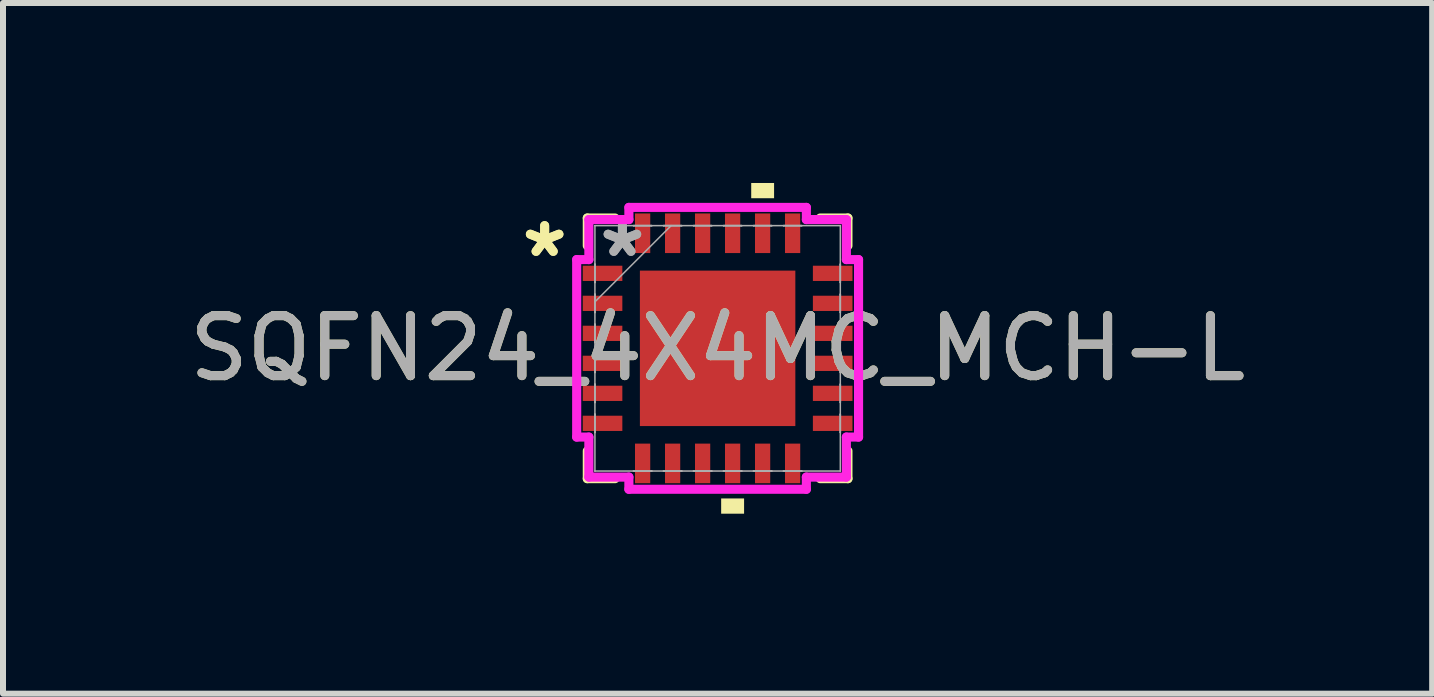
<source format=kicad_pcb>
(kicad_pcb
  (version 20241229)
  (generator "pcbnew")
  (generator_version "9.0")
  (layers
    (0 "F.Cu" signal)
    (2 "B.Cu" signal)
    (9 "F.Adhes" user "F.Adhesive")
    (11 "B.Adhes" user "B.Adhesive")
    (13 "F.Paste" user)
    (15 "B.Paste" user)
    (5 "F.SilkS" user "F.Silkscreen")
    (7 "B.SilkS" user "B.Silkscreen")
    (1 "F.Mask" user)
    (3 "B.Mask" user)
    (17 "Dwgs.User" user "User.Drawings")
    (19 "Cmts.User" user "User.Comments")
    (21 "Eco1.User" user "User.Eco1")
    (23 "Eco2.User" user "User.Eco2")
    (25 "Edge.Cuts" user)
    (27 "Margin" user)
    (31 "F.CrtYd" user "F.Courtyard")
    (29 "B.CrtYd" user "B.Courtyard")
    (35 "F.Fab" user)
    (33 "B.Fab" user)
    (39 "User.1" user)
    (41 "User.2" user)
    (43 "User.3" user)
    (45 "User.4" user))
  (footprint "SQFN24_4X4MC_MCH-L"
    (layer "F.Cu")
    (at 8.911 2.756)
    (property "Reference" "SQFN24_4X4MC_MCH-L" (at 0 0 0) (unlocked yes) (layer "F.SilkS") (effects (font (size 1 1) (thickness 0.15))))
    (attr smd)
    (fp_line (start -2.172 -2.172) (end -2.172 -1.71) (stroke (width 0.152) (type solid)) (layer "F.SilkS"))
    (fp_line (start -2.172 1.71) (end -2.172 2.172) (stroke (width 0.152) (type solid)) (layer "F.SilkS"))
    (fp_line (start -2.172 2.172) (end -1.71 2.172) (stroke (width 0.152) (type solid)) (layer "F.SilkS"))
    (fp_line (start -1.71 -2.172) (end -2.172 -2.172) (stroke (width 0.152) (type solid)) (layer "F.SilkS"))
    (fp_line (start 1.71 2.172) (end 2.172 2.172) (stroke (width 0.152) (type solid)) (layer "F.SilkS"))
    (fp_line (start 2.172 -2.172) (end 1.71 -2.172) (stroke (width 0.152) (type solid)) (layer "F.SilkS"))
    (fp_line (start 2.172 -1.71) (end 2.172 -2.172) (stroke (width 0.152) (type solid)) (layer "F.SilkS"))
    (fp_line (start 2.172 2.172) (end 2.172 1.71) (stroke (width 0.152) (type solid)) (layer "F.SilkS"))
    (fp_poly (pts (xy 0.059 2.502) (xy 0.059 2.756) (xy 0.441 2.756) (xy 0.441 2.502)) (stroke (width 0) (type solid)) (fill yes) (layer "F.SilkS"))
    (fp_poly (pts (xy 0.56 -2.502) (xy 0.56 -2.756) (xy 0.941 -2.756) (xy 0.941 -2.502)) (stroke (width 0) (type solid)) (fill yes) (layer "F.SilkS"))
    (fp_poly (pts (xy -1.195 -1.195) (xy -1.195 -0.1) (xy -0.1 -0.1) (xy -0.1 -1.195)) (stroke (width 0) (type solid)) (fill yes) (layer "F.Paste"))
    (fp_poly (pts (xy -1.195 0.1) (xy -1.195 1.195) (xy -0.1 1.195) (xy -0.1 0.1)) (stroke (width 0) (type solid)) (fill yes) (layer "F.Paste"))
    (fp_poly (pts (xy 0.1 -1.195) (xy 0.1 -0.1) (xy 1.195 -0.1) (xy 1.195 -1.195)) (stroke (width 0) (type solid)) (fill yes) (layer "F.Paste"))
    (fp_poly (pts (xy 0.1 0.1) (xy 0.1 1.195) (xy 1.195 1.195) (xy 1.195 0.1)) (stroke (width 0) (type solid)) (fill yes) (layer "F.Paste"))
    (fp_line (start -2.349 -1.479) (end -2.146 -1.479) (stroke (width 0.152) (type solid)) (layer "F.CrtYd"))
    (fp_line (start -2.349 1.479) (end -2.349 -1.479) (stroke (width 0.152) (type solid)) (layer "F.CrtYd"))
    (fp_line (start -2.146 -2.146) (end -1.479 -2.146) (stroke (width 0.152) (type solid)) (layer "F.CrtYd"))
    (fp_line (start -2.146 -1.479) (end -2.146 -2.146) (stroke (width 0.152) (type solid)) (layer "F.CrtYd"))
    (fp_line (start -2.146 1.479) (end -2.349 1.479) (stroke (width 0.152) (type solid)) (layer "F.CrtYd"))
    (fp_line (start -2.146 2.146) (end -2.146 1.479) (stroke (width 0.152) (type solid)) (layer "F.CrtYd"))
    (fp_line (start -1.479 -2.349) (end 1.479 -2.349) (stroke (width 0.152) (type solid)) (layer "F.CrtYd"))
    (fp_line (start -1.479 -2.146) (end -1.479 -2.349) (stroke (width 0.152) (type solid)) (layer "F.CrtYd"))
    (fp_line (start -1.479 2.146) (end -2.146 2.146) (stroke (width 0.152) (type solid)) (layer "F.CrtYd"))
    (fp_line (start -1.479 2.349) (end -1.479 2.146) (stroke (width 0.152) (type solid)) (layer "F.CrtYd"))
    (fp_line (start 1.479 -2.349) (end 1.479 -2.146) (stroke (width 0.152) (type solid)) (layer "F.CrtYd"))
    (fp_line (start 1.479 -2.146) (end 2.146 -2.146) (stroke (width 0.152) (type solid)) (layer "F.CrtYd"))
    (fp_line (start 1.479 2.146) (end 1.479 2.349) (stroke (width 0.152) (type solid)) (layer "F.CrtYd"))
    (fp_line (start 1.479 2.349) (end -1.479 2.349) (stroke (width 0.152) (type solid)) (layer "F.CrtYd"))
    (fp_line (start 2.146 -2.146) (end 2.146 -1.479) (stroke (width 0.152) (type solid)) (layer "F.CrtYd"))
    (fp_line (start 2.146 -1.479) (end 2.349 -1.479) (stroke (width 0.152) (type solid)) (layer "F.CrtYd"))
    (fp_line (start 2.146 1.479) (end 2.146 2.146) (stroke (width 0.152) (type solid)) (layer "F.CrtYd"))
    (fp_line (start 2.146 2.146) (end 1.479 2.146) (stroke (width 0.152) (type solid)) (layer "F.CrtYd"))
    (fp_line (start 2.349 -1.479) (end 2.349 1.479) (stroke (width 0.152) (type solid)) (layer "F.CrtYd"))
    (fp_line (start 2.349 1.479) (end 2.146 1.479) (stroke (width 0.152) (type solid)) (layer "F.CrtYd"))
    (fp_line (start -2.045 -2.045) (end -2.045 -2.045) (stroke (width 0.025) (type solid)) (layer "F.Fab"))
    (fp_line (start -2.045 -2.045) (end -2.045 2.045) (stroke (width 0.025) (type solid)) (layer "F.Fab"))
    (fp_line (start -2.045 -1.402) (end -2.045 -1.402) (stroke (width 0.025) (type solid)) (layer "F.Fab"))
    (fp_line (start -2.045 -1.402) (end -2.045 -1.098) (stroke (width 0.025) (type solid)) (layer "F.Fab"))
    (fp_line (start -2.045 -1.098) (end -2.045 -1.402) (stroke (width 0.025) (type solid)) (layer "F.Fab"))
    (fp_line (start -2.045 -1.098) (end -2.045 -1.098) (stroke (width 0.025) (type solid)) (layer "F.Fab"))
    (fp_line (start -2.045 -0.902) (end -2.045 -0.902) (stroke (width 0.025) (type solid)) (layer "F.Fab"))
    (fp_line (start -2.045 -0.902) (end -2.045 -0.598) (stroke (width 0.025) (type solid)) (layer "F.Fab"))
    (fp_line (start -2.045 -0.775) (end -0.775 -2.045) (stroke (width 0.025) (type solid)) (layer "F.Fab"))
    (fp_line (start -2.045 -0.598) (end -2.045 -0.902) (stroke (width 0.025) (type solid)) (layer "F.Fab"))
    (fp_line (start -2.045 -0.598) (end -2.045 -0.598) (stroke (width 0.025) (type solid)) (layer "F.Fab"))
    (fp_line (start -2.045 -0.402) (end -2.045 -0.402) (stroke (width 0.025) (type solid)) (layer "F.Fab"))
    (fp_line (start -2.045 -0.402) (end -2.045 -0.098) (stroke (width 0.025) (type solid)) (layer "F.Fab"))
    (fp_line (start -2.045 -0.098) (end -2.045 -0.402) (stroke (width 0.025) (type solid)) (layer "F.Fab"))
    (fp_line (start -2.045 -0.098) (end -2.045 -0.098) (stroke (width 0.025) (type solid)) (layer "F.Fab"))
    (fp_line (start -2.045 0.098) (end -2.045 0.098) (stroke (width 0.025) (type solid)) (layer "F.Fab"))
    (fp_line (start -2.045 0.098) (end -2.045 0.402) (stroke (width 0.025) (type solid)) (layer "F.Fab"))
    (fp_line (start -2.045 0.402) (end -2.045 0.098) (stroke (width 0.025) (type solid)) (layer "F.Fab"))
    (fp_line (start -2.045 0.402) (end -2.045 0.402) (stroke (width 0.025) (type solid)) (layer "F.Fab"))
    (fp_line (start -2.045 0.598) (end -2.045 0.598) (stroke (width 0.025) (type solid)) (layer "F.Fab"))
    (fp_line (start -2.045 0.598) (end -2.045 0.902) (stroke (width 0.025) (type solid)) (layer "F.Fab"))
    (fp_line (start -2.045 0.902) (end -2.045 0.598) (stroke (width 0.025) (type solid)) (layer "F.Fab"))
    (fp_line (start -2.045 0.902) (end -2.045 0.902) (stroke (width 0.025) (type solid)) (layer "F.Fab"))
    (fp_line (start -2.045 1.098) (end -2.045 1.098) (stroke (width 0.025) (type solid)) (layer "F.Fab"))
    (fp_line (start -2.045 1.098) (end -2.045 1.402) (stroke (width 0.025) (type solid)) (layer "F.Fab"))
    (fp_line (start -2.045 1.402) (end -2.045 1.098) (stroke (width 0.025) (type solid)) (layer "F.Fab"))
    (fp_line (start -2.045 1.402) (end -2.045 1.402) (stroke (width 0.025) (type solid)) (layer "F.Fab"))
    (fp_line (start -2.045 2.045) (end -2.045 2.045) (stroke (width 0.025) (type solid)) (layer "F.Fab"))
    (fp_line (start -2.045 2.045) (end 2.045 2.045) (stroke (width 0.025) (type solid)) (layer "F.Fab"))
    (fp_line (start -1.402 -2.045) (end -1.402 -2.045) (stroke (width 0.025) (type solid)) (layer "F.Fab"))
    (fp_line (start -1.402 -2.045) (end -1.098 -2.045) (stroke (width 0.025) (type solid)) (layer "F.Fab"))
    (fp_line (start -1.402 2.045) (end -1.402 2.045) (stroke (width 0.025) (type solid)) (layer "F.Fab"))
    (fp_line (start -1.402 2.045) (end -1.098 2.045) (stroke (width 0.025) (type solid)) (layer "F.Fab"))
    (fp_line (start -1.098 -2.045) (end -1.402 -2.045) (stroke (width 0.025) (type solid)) (layer "F.Fab"))
    (fp_line (start -1.098 -2.045) (end -1.098 -2.045) (stroke (width 0.025) (type solid)) (layer "F.Fab"))
    (fp_line (start -1.098 2.045) (end -1.402 2.045) (stroke (width 0.025) (type solid)) (layer "F.Fab"))
    (fp_line (start -1.098 2.045) (end -1.098 2.045) (stroke (width 0.025) (type solid)) (layer "F.Fab"))
    (fp_line (start -0.902 -2.045) (end -0.902 -2.045) (stroke (width 0.025) (type solid)) (layer "F.Fab"))
    (fp_line (start -0.902 -2.045) (end -0.598 -2.045) (stroke (width 0.025) (type solid)) (layer "F.Fab"))
    (fp_line (start -0.902 2.045) (end -0.902 2.045) (stroke (width 0.025) (type solid)) (layer "F.Fab"))
    (fp_line (start -0.902 2.045) (end -0.598 2.045) (stroke (width 0.025) (type solid)) (layer "F.Fab"))
    (fp_line (start -0.598 -2.045) (end -0.902 -2.045) (stroke (width 0.025) (type solid)) (layer "F.Fab"))
    (fp_line (start -0.598 -2.045) (end -0.598 -2.045) (stroke (width 0.025) (type solid)) (layer "F.Fab"))
    (fp_line (start -0.598 2.045) (end -0.902 2.045) (stroke (width 0.025) (type solid)) (layer "F.Fab"))
    (fp_line (start -0.598 2.045) (end -0.598 2.045) (stroke (width 0.025) (type solid)) (layer "F.Fab"))
    (fp_line (start -0.402 -2.045) (end -0.402 -2.045) (stroke (width 0.025) (type solid)) (layer "F.Fab"))
    (fp_line (start -0.402 -2.045) (end -0.098 -2.045) (stroke (width 0.025) (type solid)) (layer "F.Fab"))
    (fp_line (start -0.402 2.045) (end -0.402 2.045) (stroke (width 0.025) (type solid)) (layer "F.Fab"))
    (fp_line (start -0.402 2.045) (end -0.098 2.045) (stroke (width 0.025) (type solid)) (layer "F.Fab"))
    (fp_line (start -0.098 -2.045) (end -0.402 -2.045) (stroke (width 0.025) (type solid)) (layer "F.Fab"))
    (fp_line (start -0.098 -2.045) (end -0.098 -2.045) (stroke (width 0.025) (type solid)) (layer "F.Fab"))
    (fp_line (start -0.098 2.045) (end -0.402 2.045) (stroke (width 0.025) (type solid)) (layer "F.Fab"))
    (fp_line (start -0.098 2.045) (end -0.098 2.045) (stroke (width 0.025) (type solid)) (layer "F.Fab"))
    (fp_line (start 0.098 -2.045) (end 0.098 -2.045) (stroke (width 0.025) (type solid)) (layer "F.Fab"))
    (fp_line (start 0.098 -2.045) (end 0.402 -2.045) (stroke (width 0.025) (type solid)) (layer "F.Fab"))
    (fp_line (start 0.098 2.045) (end 0.098 2.045) (stroke (width 0.025) (type solid)) (layer "F.Fab"))
    (fp_line (start 0.098 2.045) (end 0.402 2.045) (stroke (width 0.025) (type solid)) (layer "F.Fab"))
    (fp_line (start 0.402 -2.045) (end 0.098 -2.045) (stroke (width 0.025) (type solid)) (layer "F.Fab"))
    (fp_line (start 0.402 -2.045) (end 0.402 -2.045) (stroke (width 0.025) (type solid)) (layer "F.Fab"))
    (fp_line (start 0.402 2.045) (end 0.098 2.045) (stroke (width 0.025) (type solid)) (layer "F.Fab"))
    (fp_line (start 0.402 2.045) (end 0.402 2.045) (stroke (width 0.025) (type solid)) (layer "F.Fab"))
    (fp_line (start 0.598 -2.045) (end 0.598 -2.045) (stroke (width 0.025) (type solid)) (layer "F.Fab"))
    (fp_line (start 0.598 -2.045) (end 0.902 -2.045) (stroke (width 0.025) (type solid)) (layer "F.Fab"))
    (fp_line (start 0.598 2.045) (end 0.598 2.045) (stroke (width 0.025) (type solid)) (layer "F.Fab"))
    (fp_line (start 0.598 2.045) (end 0.902 2.045) (stroke (width 0.025) (type solid)) (layer "F.Fab"))
    (fp_line (start 0.902 -2.045) (end 0.598 -2.045) (stroke (width 0.025) (type solid)) (layer "F.Fab"))
    (fp_line (start 0.902 -2.045) (end 0.902 -2.045) (stroke (width 0.025) (type solid)) (layer "F.Fab"))
    (fp_line (start 0.902 2.045) (end 0.598 2.045) (stroke (width 0.025) (type solid)) (layer "F.Fab"))
    (fp_line (start 0.902 2.045) (end 0.902 2.045) (stroke (width 0.025) (type solid)) (layer "F.Fab"))
    (fp_line (start 1.098 -2.045) (end 1.098 -2.045) (stroke (width 0.025) (type solid)) (layer "F.Fab"))
    (fp_line (start 1.098 -2.045) (end 1.402 -2.045) (stroke (width 0.025) (type solid)) (layer "F.Fab"))
    (fp_line (start 1.098 2.045) (end 1.098 2.045) (stroke (width 0.025) (type solid)) (layer "F.Fab"))
    (fp_line (start 1.098 2.045) (end 1.402 2.045) (stroke (width 0.025) (type solid)) (layer "F.Fab"))
    (fp_line (start 1.402 -2.045) (end 1.098 -2.045) (stroke (width 0.025) (type solid)) (layer "F.Fab"))
    (fp_line (start 1.402 -2.045) (end 1.402 -2.045) (stroke (width 0.025) (type solid)) (layer "F.Fab"))
    (fp_line (start 1.402 2.045) (end 1.098 2.045) (stroke (width 0.025) (type solid)) (layer "F.Fab"))
    (fp_line (start 1.402 2.045) (end 1.402 2.045) (stroke (width 0.025) (type solid)) (layer "F.Fab"))
    (fp_line (start 2.045 -2.045) (end -2.045 -2.045) (stroke (width 0.025) (type solid)) (layer "F.Fab"))
    (fp_line (start 2.045 -2.045) (end 2.045 -2.045) (stroke (width 0.025) (type solid)) (layer "F.Fab"))
    (fp_line (start 2.045 -1.402) (end 2.045 -1.402) (stroke (width 0.025) (type solid)) (layer "F.Fab"))
    (fp_line (start 2.045 -1.402) (end 2.045 -1.098) (stroke (width 0.025) (type solid)) (layer "F.Fab"))
    (fp_line (start 2.045 -1.098) (end 2.045 -1.402) (stroke (width 0.025) (type solid)) (layer "F.Fab"))
    (fp_line (start 2.045 -1.098) (end 2.045 -1.098) (stroke (width 0.025) (type solid)) (layer "F.Fab"))
    (fp_line (start 2.045 -0.902) (end 2.045 -0.902) (stroke (width 0.025) (type solid)) (layer "F.Fab"))
    (fp_line (start 2.045 -0.902) (end 2.045 -0.598) (stroke (width 0.025) (type solid)) (layer "F.Fab"))
    (fp_line (start 2.045 -0.598) (end 2.045 -0.902) (stroke (width 0.025) (type solid)) (layer "F.Fab"))
    (fp_line (start 2.045 -0.598) (end 2.045 -0.598) (stroke (width 0.025) (type solid)) (layer "F.Fab"))
    (fp_line (start 2.045 -0.402) (end 2.045 -0.402) (stroke (width 0.025) (type solid)) (layer "F.Fab"))
    (fp_line (start 2.045 -0.402) (end 2.045 -0.098) (stroke (width 0.025) (type solid)) (layer "F.Fab"))
    (fp_line (start 2.045 -0.098) (end 2.045 -0.402) (stroke (width 0.025) (type solid)) (layer "F.Fab"))
    (fp_line (start 2.045 -0.098) (end 2.045 -0.098) (stroke (width 0.025) (type solid)) (layer "F.Fab"))
    (fp_line (start 2.045 0.098) (end 2.045 0.098) (stroke (width 0.025) (type solid)) (layer "F.Fab"))
    (fp_line (start 2.045 0.098) (end 2.045 0.402) (stroke (width 0.025) (type solid)) (layer "F.Fab"))
    (fp_line (start 2.045 0.402) (end 2.045 0.098) (stroke (width 0.025) (type solid)) (layer "F.Fab"))
    (fp_line (start 2.045 0.402) (end 2.045 0.402) (stroke (width 0.025) (type solid)) (layer "F.Fab"))
    (fp_line (start 2.045 0.598) (end 2.045 0.598) (stroke (width 0.025) (type solid)) (layer "F.Fab"))
    (fp_line (start 2.045 0.598) (end 2.045 0.902) (stroke (width 0.025) (type solid)) (layer "F.Fab"))
    (fp_line (start 2.045 0.902) (end 2.045 0.598) (stroke (width 0.025) (type solid)) (layer "F.Fab"))
    (fp_line (start 2.045 0.902) (end 2.045 0.902) (stroke (width 0.025) (type solid)) (layer "F.Fab"))
    (fp_line (start 2.045 1.098) (end 2.045 1.098) (stroke (width 0.025) (type solid)) (layer "F.Fab"))
    (fp_line (start 2.045 1.098) (end 2.045 1.402) (stroke (width 0.025) (type solid)) (layer "F.Fab"))
    (fp_line (start 2.045 1.402) (end 2.045 1.098) (stroke (width 0.025) (type solid)) (layer "F.Fab"))
    (fp_line (start 2.045 1.402) (end 2.045 1.402) (stroke (width 0.025) (type solid)) (layer "F.Fab"))
    (fp_line (start 2.045 2.045) (end 2.045 -2.045) (stroke (width 0.025) (type solid)) (layer "F.Fab"))
    (fp_line (start 2.045 2.045) (end 2.045 2.045) (stroke (width 0.025) (type solid)) (layer "F.Fab"))
    (fp_text user "*" (at -2.883 -1.5 0) (layer "F.SilkS") (effects (font (size 1 1) (thickness 0.15))))
    (fp_text user "*" (at -2.883 -1.5 0) (unlocked yes) (layer "F.SilkS") (effects (font (size 1 1) (thickness 0.15))))
    (fp_text user "${REFERENCE}" (at 0 0 0) (unlocked yes) (layer "F.Fab") (effects (font (size 1 1) (thickness 0.15))))
    (fp_text user "*" (at -1.587 -1.5 0) (unlocked yes) (layer "F.Fab") (effects (font (size 1 1) (thickness 0.15))))
    (fp_text user "*" (at -1.587 -1.5 0) (layer "F.Fab") (effects (font (size 1 1) (thickness 0.15))))
    (pad "1" smd rect (at -1.918 -1.25 90) (size 0.254 0.66) (layers "F.Cu" "F.Mask" "F.Paste"))
    (pad "2" smd rect (at -1.918 -0.75 90) (size 0.254 0.66) (layers "F.Cu" "F.Mask" "F.Paste"))
    (pad "3" smd rect (at -1.918 -0.25 90) (size 0.254 0.66) (layers "F.Cu" "F.Mask" "F.Paste"))
    (pad "4" smd rect (at -1.918 0.25 90) (size 0.254 0.66) (layers "F.Cu" "F.Mask" "F.Paste"))
    (pad "5" smd rect (at -1.918 0.75 90) (size 0.254 0.66) (layers "F.Cu" "F.Mask" "F.Paste"))
    (pad "6" smd rect (at -1.918 1.25 90) (size 0.254 0.66) (layers "F.Cu" "F.Mask" "F.Paste"))
    (pad "7" smd rect (at -1.25 1.918) (size 0.254 0.66) (layers "F.Cu" "F.Mask" "F.Paste"))
    (pad "8" smd rect (at -0.75 1.918) (size 0.254 0.66) (layers "F.Cu" "F.Mask" "F.Paste"))
    (pad "9" smd rect (at -0.25 1.918) (size 0.254 0.66) (layers "F.Cu" "F.Mask" "F.Paste"))
    (pad "10" smd rect (at 0.25 1.918) (size 0.254 0.66) (layers "F.Cu" "F.Mask" "F.Paste"))
    (pad "11" smd rect (at 0.75 1.918) (size 0.254 0.66) (layers "F.Cu" "F.Mask" "F.Paste"))
    (pad "12" smd rect (at 1.25 1.918) (size 0.254 0.66) (layers "F.Cu" "F.Mask" "F.Paste"))
    (pad "13" smd rect (at 1.918 1.25 90) (size 0.254 0.66) (layers "F.Cu" "F.Mask" "F.Paste"))
    (pad "14" smd rect (at 1.918 0.75 90) (size 0.254 0.66) (layers "F.Cu" "F.Mask" "F.Paste"))
    (pad "15" smd rect (at 1.918 0.25 90) (size 0.254 0.66) (layers "F.Cu" "F.Mask" "F.Paste"))
    (pad "16" smd rect (at 1.918 -0.25 90) (size 0.254 0.66) (layers "F.Cu" "F.Mask" "F.Paste"))
    (pad "17" smd rect (at 1.918 -0.75 90) (size 0.254 0.66) (layers "F.Cu" "F.Mask" "F.Paste"))
    (pad "18" smd rect (at 1.918 -1.25 90) (size 0.254 0.66) (layers "F.Cu" "F.Mask" "F.Paste"))
    (pad "19" smd rect (at 1.25 -1.918) (size 0.254 0.66) (layers "F.Cu" "F.Mask" "F.Paste"))
    (pad "20" smd rect (at 0.75 -1.918) (size 0.254 0.66) (layers "F.Cu" "F.Mask" "F.Paste"))
    (pad "21" smd rect (at 0.25 -1.918) (size 0.254 0.66) (layers "F.Cu" "F.Mask" "F.Paste"))
    (pad "22" smd rect (at -0.25 -1.918) (size 0.254 0.66) (layers "F.Cu" "F.Mask" "F.Paste"))
    (pad "23" smd rect (at -0.75 -1.918) (size 0.254 0.66) (layers "F.Cu" "F.Mask" "F.Paste"))
    (pad "24" smd rect (at -1.25 -1.918) (size 0.254 0.66) (layers "F.Cu" "F.Mask" "F.Paste"))
    (pad "25" smd rect (at 0 0) (size 2.591 2.591) (layers "F.Cu" "F.Mask" "F.Paste")))
  (gr_rect
    (start -3 -3)
    (end 20.821 8.512)
    (stroke (width 0.1) (type default))
    (fill no)
    (layer "Edge.Cuts")))
</source>
